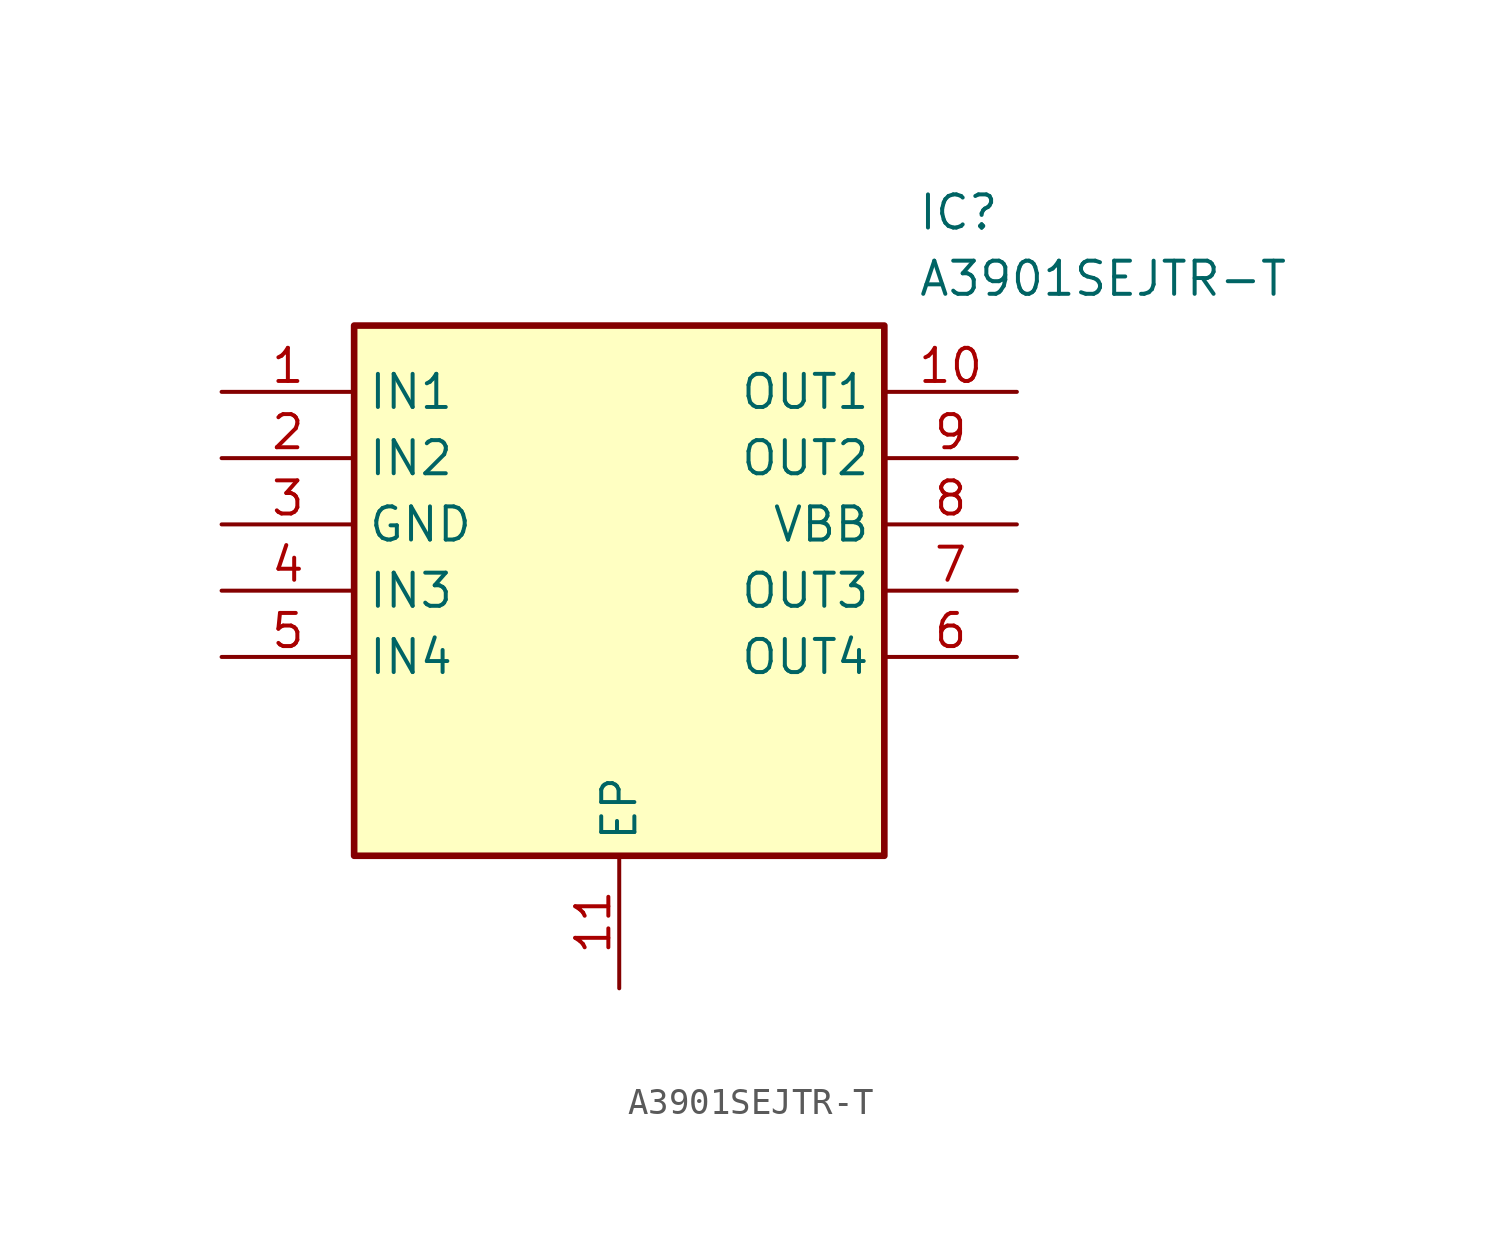
<source format=kicad_sym>
(kicad_symbol_lib
  (version 20211014)
  (generator SamacSys_ECAD_Model)
  (symbol "A3901SEJTR-T"
    (property "Reference" "IC"
      (at 26.67 7.62 0)
      (effects (font (size 1.27 1.27)) (justify left top)))
    (property "Value" "A3901SEJTR-T"
      (at 26.67 5.08 0)
      (effects (font (size 1.27 1.27)) (justify left top)))
    (rectangle
      (start 5.08 2.54)
      (end 25.4 -17.78)
      (stroke (width 0.254) (type default))
      (fill (type background)))
    (pin passive line
      (at 0 0 0)
      (length 5.08)
      (name "IN1" (effects (font (size 1.27 1.27))))
      (number "1" (effects (font (size 1.27 1.27)))))
    (pin passive line
      (at 0 -2.54 0)
      (length 5.08)
      (name "IN2" (effects (font (size 1.27 1.27))))
      (number "2" (effects (font (size 1.27 1.27)))))
    (pin passive line
      (at 0 -5.08 0)
      (length 5.08)
      (name "GND" (effects (font (size 1.27 1.27))))
      (number "3" (effects (font (size 1.27 1.27)))))
    (pin passive line
      (at 0 -7.62 0)
      (length 5.08)
      (name "IN3" (effects (font (size 1.27 1.27))))
      (number "4" (effects (font (size 1.27 1.27)))))
    (pin passive line
      (at 0 -10.16 0)
      (length 5.08)
      (name "IN4" (effects (font (size 1.27 1.27))))
      (number "5" (effects (font (size 1.27 1.27)))))
    (pin passive line
      (at 15.24 -22.86 90)
      (length 5.08)
      (name "EP" (effects (font (size 1.27 1.27))))
      (number "11" (effects (font (size 1.27 1.27)))))
    (pin passive line
      (at 30.48 0 180)
      (length 5.08)
      (name "OUT1" (effects (font (size 1.27 1.27))))
      (number "10" (effects (font (size 1.27 1.27)))))
    (pin passive line
      (at 30.48 -2.54 180)
      (length 5.08)
      (name "OUT2" (effects (font (size 1.27 1.27))))
      (number "9" (effects (font (size 1.27 1.27)))))
    (pin passive line
      (at 30.48 -5.08 180)
      (length 5.08)
      (name "VBB" (effects (font (size 1.27 1.27))))
      (number "8" (effects (font (size 1.27 1.27)))))
    (pin passive line
      (at 30.48 -7.62 180)
      (length 5.08)
      (name "OUT3" (effects (font (size 1.27 1.27))))
      (number "7" (effects (font (size 1.27 1.27)))))
    (pin passive line
      (at 30.48 -10.16 180)
      (length 5.08)
      (name "OUT4" (effects (font (size 1.27 1.27))))
      (number "6" (effects (font (size 1.27 1.27)))))))
</source>
